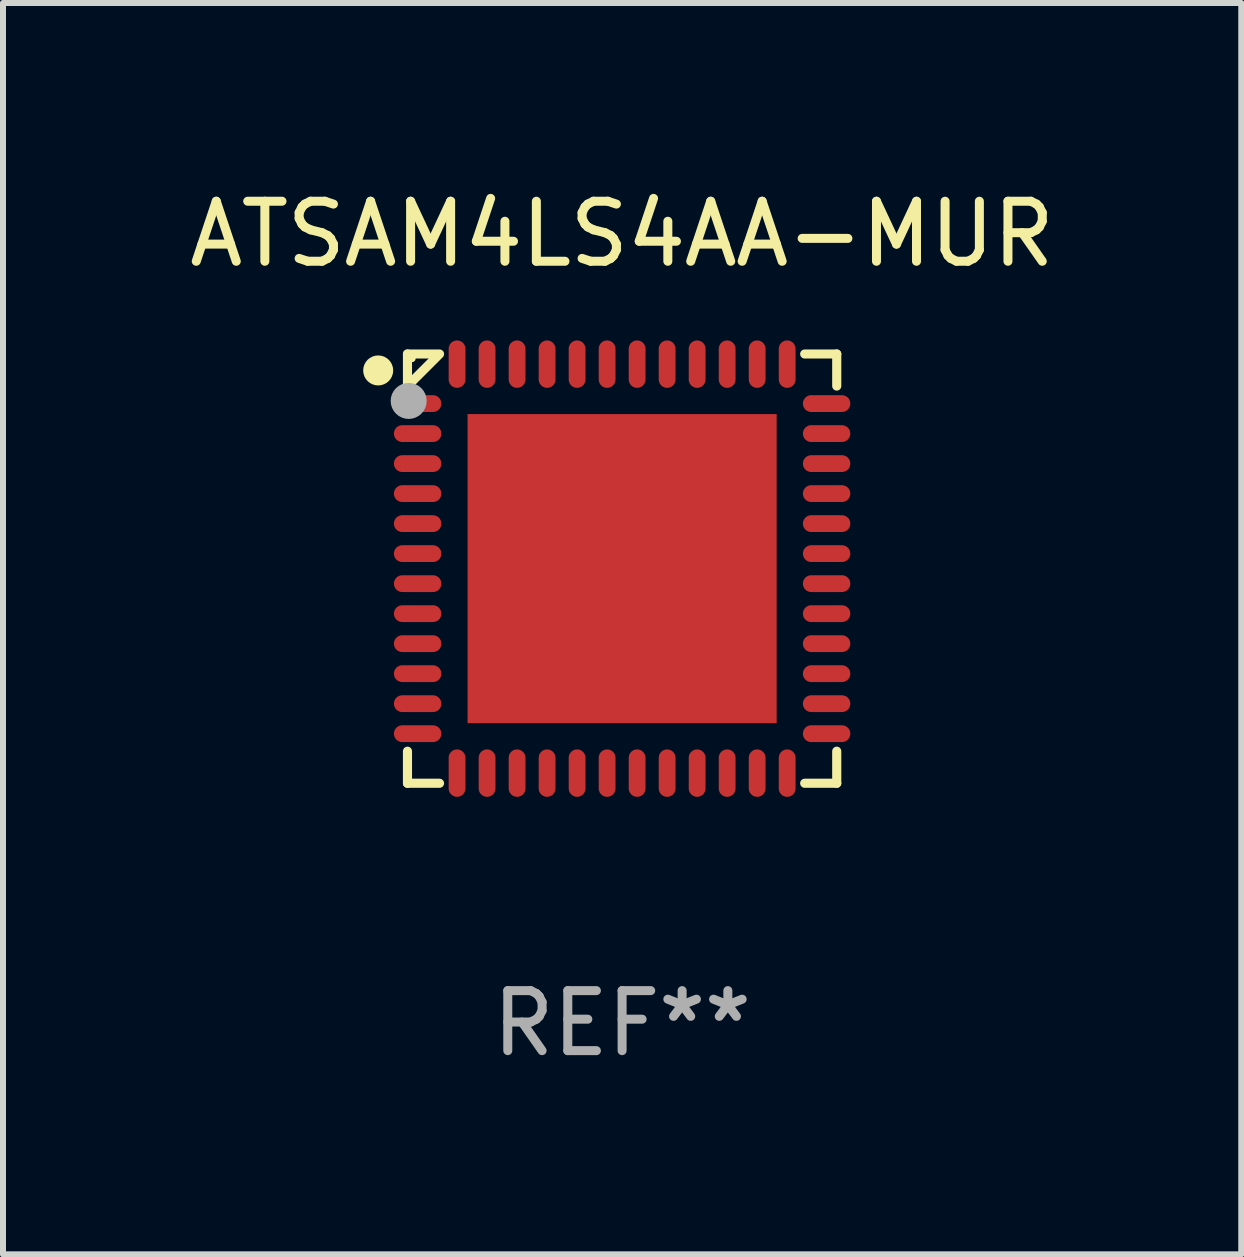
<source format=kicad_pcb>
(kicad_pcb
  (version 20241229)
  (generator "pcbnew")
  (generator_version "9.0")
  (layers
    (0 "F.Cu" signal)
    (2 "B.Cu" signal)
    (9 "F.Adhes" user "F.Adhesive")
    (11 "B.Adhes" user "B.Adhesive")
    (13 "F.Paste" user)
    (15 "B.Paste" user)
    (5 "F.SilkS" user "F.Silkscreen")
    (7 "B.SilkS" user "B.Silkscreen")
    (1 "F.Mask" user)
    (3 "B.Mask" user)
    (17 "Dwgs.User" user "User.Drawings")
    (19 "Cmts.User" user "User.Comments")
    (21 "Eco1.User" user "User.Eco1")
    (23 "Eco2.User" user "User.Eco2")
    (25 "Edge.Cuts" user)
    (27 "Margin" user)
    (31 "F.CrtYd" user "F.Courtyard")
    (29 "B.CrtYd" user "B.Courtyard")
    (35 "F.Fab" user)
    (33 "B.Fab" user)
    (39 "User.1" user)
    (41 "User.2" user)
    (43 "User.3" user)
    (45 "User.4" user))
  (footprint "ATSAM4LS4AA-MUR"
    (layer "F.Cu")
    (at 7.315 6.424)
    (property "Reference" "ATSAM4LS4AA-MUR" (at 0 -5.576 0) (layer "F.SilkS") (effects (font (size 1 1) (thickness 0.15))))
    (attr through_hole)
    (fp_line (start -3.576 -3.576) (end -3.042 -3.576) (stroke (width 0.152) (type solid)) (layer "F.SilkS"))
    (fp_line (start -3.576 -3.042) (end -3.576 -3.576) (stroke (width 0.152) (type solid)) (layer "F.SilkS"))
    (fp_line (start -3.576 3.042) (end -3.576 3.576) (stroke (width 0.152) (type solid)) (layer "F.SilkS"))
    (fp_line (start -3.576 3.576) (end -3.042 3.576) (stroke (width 0.152) (type solid)) (layer "F.SilkS"))
    (fp_line (start -3.069 -3.549) (end -3.549 -3.069) (stroke (width 0.152) (type solid)) (layer "F.SilkS"))
    (fp_line (start 3.576 -3.576) (end 3.042 -3.576) (stroke (width 0.152) (type solid)) (layer "F.SilkS"))
    (fp_line (start 3.576 -3.042) (end 3.576 -3.576) (stroke (width 0.152) (type solid)) (layer "F.SilkS"))
    (fp_line (start 3.576 3.042) (end 3.576 3.576) (stroke (width 0.152) (type solid)) (layer "F.SilkS"))
    (fp_line (start 3.576 3.576) (end 3.042 3.576) (stroke (width 0.152) (type solid)) (layer "F.SilkS"))
    (fp_circle (center -4.064 -3.302) (end -3.939 -3.302) (stroke (width 0.25) (type solid)) (fill no) (layer "F.SilkS"))
    (fp_circle (center -3.5 -3.5) (end -3.47 -3.5) (stroke (width 0.06) (type solid)) (fill no) (layer "F.SilkS"))
    (fp_circle (center -3.556 -2.794) (end -3.406 -2.794) (stroke (width 0.3) (type solid)) (fill no) (layer "F.Fab"))
    (fp_text user "REF**" (at 0 7.576 0) (layer "F.Fab") (effects (font (size 1 1) (thickness 0.15))))
    (pad "1" smd oval (at -3.407 -2.75) (size 0.79 0.28) (layers "F.Cu" "F.Mask" "F.Paste"))
    (pad "2" smd oval (at -3.407 -2.25) (size 0.79 0.28) (layers "F.Cu" "F.Mask" "F.Paste"))
    (pad "3" smd oval (at -3.407 -1.75) (size 0.79 0.28) (layers "F.Cu" "F.Mask" "F.Paste"))
    (pad "4" smd oval (at -3.407 -1.25) (size 0.79 0.28) (layers "F.Cu" "F.Mask" "F.Paste"))
    (pad "5" smd oval (at -3.407 -0.75) (size 0.79 0.28) (layers "F.Cu" "F.Mask" "F.Paste"))
    (pad "6" smd oval (at -3.407 -0.25) (size 0.79 0.28) (layers "F.Cu" "F.Mask" "F.Paste"))
    (pad "7" smd oval (at -3.407 0.25) (size 0.79 0.28) (layers "F.Cu" "F.Mask" "F.Paste"))
    (pad "8" smd oval (at -3.407 0.75) (size 0.79 0.28) (layers "F.Cu" "F.Mask" "F.Paste"))
    (pad "9" smd oval (at -3.407 1.25) (size 0.79 0.28) (layers "F.Cu" "F.Mask" "F.Paste"))
    (pad "10" smd oval (at -3.407 1.75) (size 0.79 0.28) (layers "F.Cu" "F.Mask" "F.Paste"))
    (pad "11" smd oval (at -3.407 2.25) (size 0.79 0.28) (layers "F.Cu" "F.Mask" "F.Paste"))
    (pad "12" smd oval (at -3.407 2.75) (size 0.79 0.28) (layers "F.Cu" "F.Mask" "F.Paste"))
    (pad "13" smd oval (at -2.75 3.407) (size 0.28 0.79) (layers "F.Cu" "F.Mask" "F.Paste"))
    (pad "14" smd oval (at -2.25 3.407) (size 0.28 0.79) (layers "F.Cu" "F.Mask" "F.Paste"))
    (pad "15" smd oval (at -1.75 3.407) (size 0.28 0.79) (layers "F.Cu" "F.Mask" "F.Paste"))
    (pad "16" smd oval (at -1.25 3.407) (size 0.28 0.79) (layers "F.Cu" "F.Mask" "F.Paste"))
    (pad "17" smd oval (at -0.75 3.407) (size 0.28 0.79) (layers "F.Cu" "F.Mask" "F.Paste"))
    (pad "18" smd oval (at -0.25 3.407) (size 0.28 0.79) (layers "F.Cu" "F.Mask" "F.Paste"))
    (pad "19" smd oval (at 0.25 3.407) (size 0.28 0.79) (layers "F.Cu" "F.Mask" "F.Paste"))
    (pad "20" smd oval (at 0.75 3.407) (size 0.28 0.79) (layers "F.Cu" "F.Mask" "F.Paste"))
    (pad "21" smd oval (at 1.25 3.407) (size 0.28 0.79) (layers "F.Cu" "F.Mask" "F.Paste"))
    (pad "22" smd oval (at 1.75 3.407) (size 0.28 0.79) (layers "F.Cu" "F.Mask" "F.Paste"))
    (pad "23" smd oval (at 2.25 3.407) (size 0.28 0.79) (layers "F.Cu" "F.Mask" "F.Paste"))
    (pad "24" smd oval (at 2.75 3.407) (size 0.28 0.79) (layers "F.Cu" "F.Mask" "F.Paste"))
    (pad "25" smd oval (at 3.407 2.75) (size 0.79 0.28) (layers "F.Cu" "F.Mask" "F.Paste"))
    (pad "26" smd oval (at 3.407 2.25) (size 0.79 0.28) (layers "F.Cu" "F.Mask" "F.Paste"))
    (pad "27" smd oval (at 3.407 1.75) (size 0.79 0.28) (layers "F.Cu" "F.Mask" "F.Paste"))
    (pad "28" smd oval (at 3.407 1.25) (size 0.79 0.28) (layers "F.Cu" "F.Mask" "F.Paste"))
    (pad "29" smd oval (at 3.407 0.75) (size 0.79 0.28) (layers "F.Cu" "F.Mask" "F.Paste"))
    (pad "30" smd oval (at 3.407 0.25) (size 0.79 0.28) (layers "F.Cu" "F.Mask" "F.Paste"))
    (pad "31" smd oval (at 3.407 -0.25) (size 0.79 0.28) (layers "F.Cu" "F.Mask" "F.Paste"))
    (pad "32" smd oval (at 3.407 -0.75) (size 0.79 0.28) (layers "F.Cu" "F.Mask" "F.Paste"))
    (pad "33" smd oval (at 3.407 -1.25) (size 0.79 0.28) (layers "F.Cu" "F.Mask" "F.Paste"))
    (pad "34" smd oval (at 3.407 -1.75) (size 0.79 0.28) (layers "F.Cu" "F.Mask" "F.Paste"))
    (pad "35" smd oval (at 3.407 -2.25) (size 0.79 0.28) (layers "F.Cu" "F.Mask" "F.Paste"))
    (pad "36" smd oval (at 3.407 -2.75) (size 0.79 0.28) (layers "F.Cu" "F.Mask" "F.Paste"))
    (pad "37" smd oval (at 2.75 -3.407) (size 0.28 0.79) (layers "F.Cu" "F.Mask" "F.Paste"))
    (pad "38" smd oval (at 2.25 -3.407) (size 0.28 0.79) (layers "F.Cu" "F.Mask" "F.Paste"))
    (pad "39" smd oval (at 1.75 -3.407) (size 0.28 0.79) (layers "F.Cu" "F.Mask" "F.Paste"))
    (pad "40" smd oval (at 1.25 -3.407) (size 0.28 0.79) (layers "F.Cu" "F.Mask" "F.Paste"))
    (pad "41" smd oval (at 0.75 -3.407) (size 0.28 0.79) (layers "F.Cu" "F.Mask" "F.Paste"))
    (pad "42" smd oval (at 0.25 -3.407) (size 0.28 0.79) (layers "F.Cu" "F.Mask" "F.Paste"))
    (pad "43" smd oval (at -0.25 -3.407) (size 0.28 0.79) (layers "F.Cu" "F.Mask" "F.Paste"))
    (pad "44" smd oval (at -0.75 -3.407) (size 0.28 0.79) (layers "F.Cu" "F.Mask" "F.Paste"))
    (pad "45" smd oval (at -1.25 -3.407) (size 0.28 0.79) (layers "F.Cu" "F.Mask" "F.Paste"))
    (pad "46" smd oval (at -1.75 -3.407) (size 0.28 0.79) (layers "F.Cu" "F.Mask" "F.Paste"))
    (pad "47" smd oval (at -2.25 -3.407) (size 0.28 0.79) (layers "F.Cu" "F.Mask" "F.Paste"))
    (pad "48" smd oval (at -2.75 -3.407) (size 0.28 0.79) (layers "F.Cu" "F.Mask" "F.Paste"))
    (pad "49" smd rect (at 0 0) (size 5.15 5.15) (layers "F.Cu" "F.Mask" "F.Paste")))
  (gr_rect
    (start -3 -3)
    (end 17.631 17.849)
    (stroke (width 0.1) (type default))
    (fill no)
    (layer "Edge.Cuts")))
</source>
